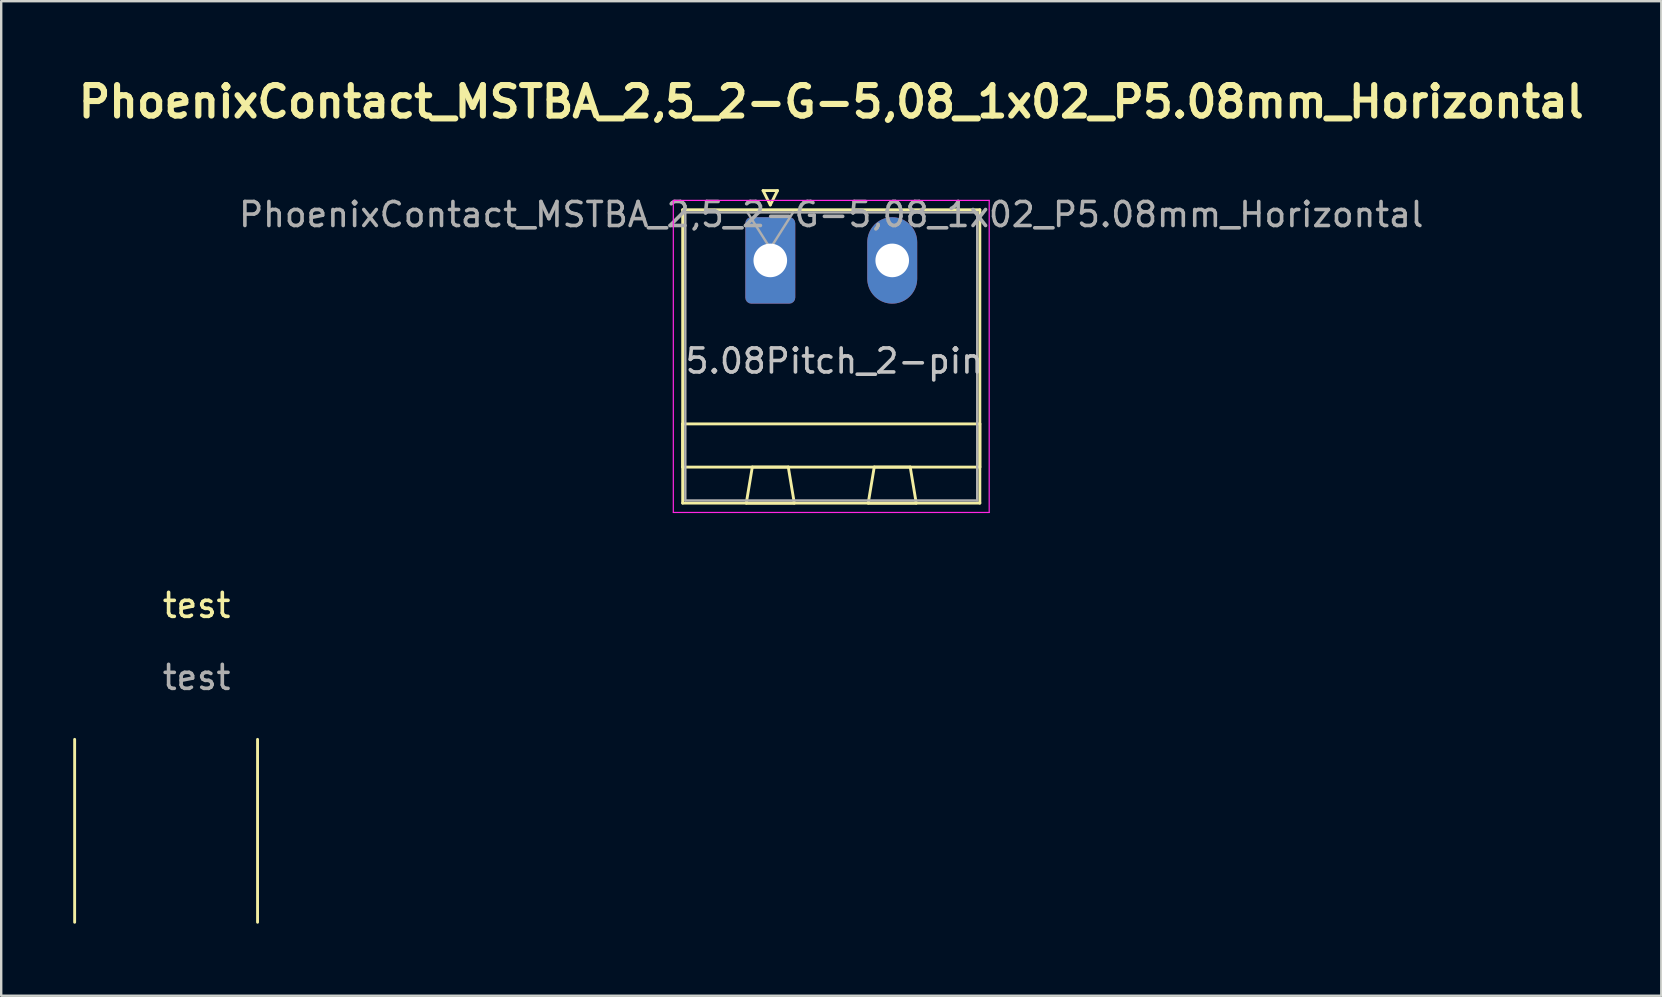
<source format=kicad_pcb>
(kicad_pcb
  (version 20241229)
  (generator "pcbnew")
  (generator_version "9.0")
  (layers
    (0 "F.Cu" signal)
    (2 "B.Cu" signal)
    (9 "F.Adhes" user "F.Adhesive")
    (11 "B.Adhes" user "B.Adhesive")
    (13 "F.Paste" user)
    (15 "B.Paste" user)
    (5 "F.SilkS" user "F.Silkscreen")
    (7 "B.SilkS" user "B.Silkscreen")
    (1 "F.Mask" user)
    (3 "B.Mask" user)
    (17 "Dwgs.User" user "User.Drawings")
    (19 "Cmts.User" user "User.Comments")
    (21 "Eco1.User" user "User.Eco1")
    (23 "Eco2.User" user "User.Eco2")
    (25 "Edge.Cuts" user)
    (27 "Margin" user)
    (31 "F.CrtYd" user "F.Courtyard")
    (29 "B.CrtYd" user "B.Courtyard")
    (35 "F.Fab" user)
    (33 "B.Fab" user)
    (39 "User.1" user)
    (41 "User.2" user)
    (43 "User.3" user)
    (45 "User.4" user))
  (footprint "test"
    (layer "F.Cu")
    (at 5.14 22.672)
    (property "Reference" "test" (at 0 -0.5 0) (unlocked yes) (layer "F.SilkS") (effects (font (size 1 1) (thickness 0.15))))
    (attr through_hole)
    (fp_rect (start -5.08 12.7) (end -5.08 5.08) (stroke (width 0.12) (type solid)) (fill no) (layer "F.SilkS"))
    (fp_rect (start 2.54 5.08) (end 2.54 12.7) (stroke (width 0.12) (type solid)) (fill no) (layer "F.SilkS"))
    (fp_text user "${REFERENCE}" (at 0 2.5 0) (unlocked yes) (layer "F.Fab") (effects (font (size 1 1) (thickness 0.15)))))
  (footprint "PhoenixContact_MSTBA_2,5_2-G-5,08_1x02_P5.08mm_Horizontal"
    (layer "F.Cu")
    (at 29.041 7.799)
    (property "Reference" "PhoenixContact_MSTBA_2,5_2-G-5,08_1x02_P5.08mm_Horizontal" (at 2.54 -6.61 0) (layer "F.SilkS") (effects (font (size 1.27 1.27) (thickness 0.254))))
    (attr through_hole)
    (fp_line (start -3.65 -2.11) (end -3.65 10.11) (stroke (width 0.12) (type solid)) (layer "F.SilkS"))
    (fp_line (start -3.65 6.81) (end 8.73 6.81) (stroke (width 0.12) (type solid)) (layer "F.SilkS"))
    (fp_line (start -3.65 8.61) (end -3.65 6.81) (stroke (width 0.12) (type solid)) (layer "F.SilkS"))
    (fp_line (start -3.65 10.11) (end 8.73 10.11) (stroke (width 0.12) (type solid)) (layer "F.SilkS"))
    (fp_line (start -1 10.11) (end 1 10.11) (stroke (width 0.12) (type solid)) (layer "F.SilkS"))
    (fp_line (start -0.75 8.61) (end -1 10.11) (stroke (width 0.12) (type solid)) (layer "F.SilkS"))
    (fp_line (start -0.3 -2.91) (end 0.3 -2.91) (stroke (width 0.12) (type solid)) (layer "F.SilkS"))
    (fp_line (start 0 -2.31) (end -0.3 -2.91) (stroke (width 0.12) (type solid)) (layer "F.SilkS"))
    (fp_line (start 0.3 -2.91) (end 0 -2.31) (stroke (width 0.12) (type solid)) (layer "F.SilkS"))
    (fp_line (start 0.75 8.61) (end -0.75 8.61) (stroke (width 0.12) (type solid)) (layer "F.SilkS"))
    (fp_line (start 1 10.11) (end 0.75 8.61) (stroke (width 0.12) (type solid)) (layer "F.SilkS"))
    (fp_line (start 4.08 10.11) (end 6.08 10.11) (stroke (width 0.12) (type solid)) (layer "F.SilkS"))
    (fp_line (start 4.33 8.61) (end 4.08 10.11) (stroke (width 0.12) (type solid)) (layer "F.SilkS"))
    (fp_line (start 5.83 8.61) (end 4.33 8.61) (stroke (width 0.12) (type solid)) (layer "F.SilkS"))
    (fp_line (start 6.08 10.11) (end 5.83 8.61) (stroke (width 0.12) (type solid)) (layer "F.SilkS"))
    (fp_line (start 8.73 -2.11) (end -3.65 -2.11) (stroke (width 0.12) (type solid)) (layer "F.SilkS"))
    (fp_line (start 8.73 6.81) (end 8.73 8.61) (stroke (width 0.12) (type solid)) (layer "F.SilkS"))
    (fp_line (start 8.73 8.61) (end -3.65 8.61) (stroke (width 0.12) (type solid)) (layer "F.SilkS"))
    (fp_line (start 8.73 10.11) (end 8.73 -2.11) (stroke (width 0.12) (type solid)) (layer "F.SilkS"))
    (fp_line (start -4.04 -2.5) (end -4.04 10.5) (stroke (width 0.05) (type solid)) (layer "F.CrtYd"))
    (fp_line (start -4.04 10.5) (end 9.12 10.5) (stroke (width 0.05) (type solid)) (layer "F.CrtYd"))
    (fp_line (start 9.12 -2.5) (end -4.04 -2.5) (stroke (width 0.05) (type solid)) (layer "F.CrtYd"))
    (fp_line (start 9.12 10.5) (end 9.12 -2.5) (stroke (width 0.05) (type solid)) (layer "F.CrtYd"))
    (fp_line (start -3.54 -2) (end -3.54 10) (stroke (width 0.1) (type solid)) (layer "F.Fab"))
    (fp_line (start -3.54 10) (end 8.62 10) (stroke (width 0.1) (type solid)) (layer "F.Fab"))
    (fp_line (start 0 -0.5) (end -0.95 -2) (stroke (width 0.1) (type solid)) (layer "F.Fab"))
    (fp_line (start 0.95 -2) (end 0 -0.5) (stroke (width 0.1) (type solid)) (layer "F.Fab"))
    (fp_line (start 8.62 -2) (end -3.54 -2) (stroke (width 0.1) (type solid)) (layer "F.Fab"))
    (fp_line (start 8.62 10) (end 8.62 -2) (stroke (width 0.1) (type solid)) (layer "F.Fab"))
    (fp_text user "*" (at 0 0 0) (layer "F.SilkS") (effects (font (size 1 1) (thickness 0.15))))
    (fp_text user "5.08Pitch_2-pin" (at 2.667 4.191 0) (layer "Dwgs.User") (effects (font (size 1 1) (thickness 0.15))))
    (fp_text user "${REFERENCE}" (at 2.54 -1.91 0) (layer "F.Fab") (effects (font (size 1 1) (thickness 0.15))))
    (pad "1" thru_hole oval (at 5.08 0) (size 2.08 3.6) (drill 1.4) (layers "*.Cu" "*.Mask"))
    (pad "2" thru_hole roundrect (at 0 0) (size 2.08 3.6) (drill 1.4) (layers "*.Cu" "*.Mask") (roundrect_rratio 0.12)))
  (gr_rect
    (start -3 -3)
    (end 66.161 38.432)
    (stroke (width 0.1) (type default))
    (fill no)
    (layer "Edge.Cuts")))
</source>
